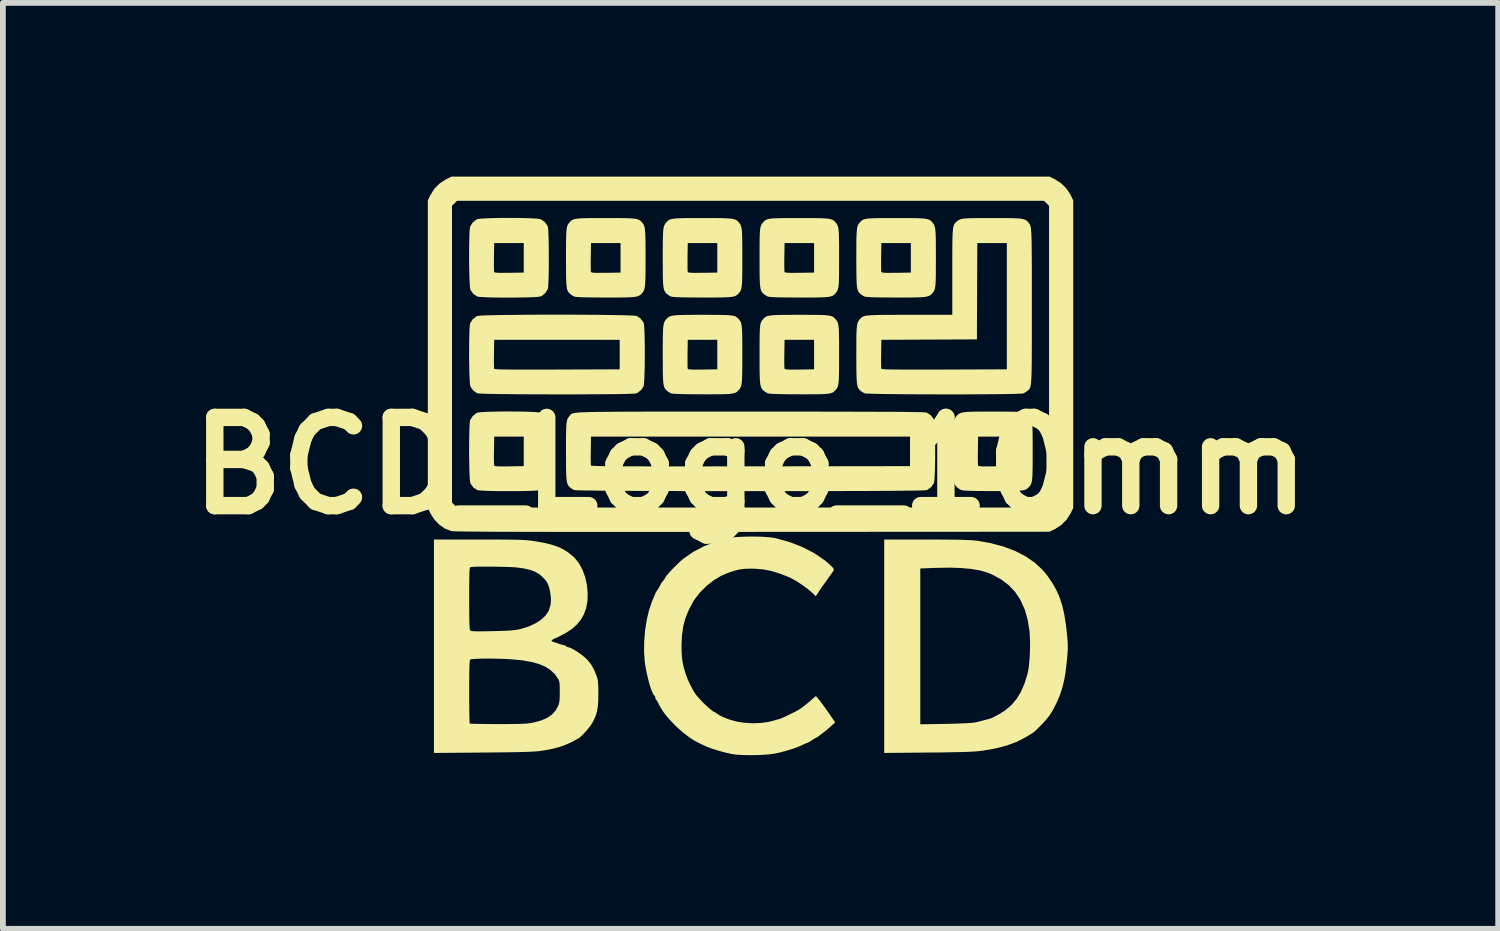
<source format=kicad_pcb>
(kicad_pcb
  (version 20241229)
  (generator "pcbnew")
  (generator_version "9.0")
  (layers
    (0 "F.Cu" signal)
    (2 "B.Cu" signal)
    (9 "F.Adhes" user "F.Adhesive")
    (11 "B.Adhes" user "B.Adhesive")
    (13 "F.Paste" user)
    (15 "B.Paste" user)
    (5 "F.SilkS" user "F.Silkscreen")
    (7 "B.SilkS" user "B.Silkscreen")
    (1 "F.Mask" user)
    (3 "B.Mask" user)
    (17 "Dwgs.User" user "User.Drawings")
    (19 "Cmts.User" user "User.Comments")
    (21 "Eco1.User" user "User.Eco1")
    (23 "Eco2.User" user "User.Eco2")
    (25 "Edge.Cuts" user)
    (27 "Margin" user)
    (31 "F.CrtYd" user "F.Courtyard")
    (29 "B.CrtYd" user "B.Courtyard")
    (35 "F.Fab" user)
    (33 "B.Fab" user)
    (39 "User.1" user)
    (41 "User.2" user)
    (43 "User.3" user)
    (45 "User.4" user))
  (footprint "BCD_Logo_10mm"
    (layer "F.Cu")
    (at 9.913 4.994)
    (property "Reference" "BCD_Logo_10mm" (at 0 0 0) (layer "F.SilkS") (effects (font (size 1.524 1.524) (thickness 0.3))))
    (attr board_only exclude_from_pos_files exclude_from_bom)
    (fp_poly (pts (xy 5.256 -4.948) (xy 5.363 -4.88) (xy 5.454 -4.791) (xy 5.524 -4.685) (xy 5.529 -4.675) (xy 5.574 -4.583) (xy 5.574 0.73) (xy 5.529 0.822) (xy 5.461 0.929) (xy 5.371 1.02) (xy 5.265 1.09) (xy 5.256 1.095) (xy 5.164 1.14) (xy 0.029 1.143) (xy -0.444 1.143) (xy -0.889 1.143) (xy -1.307 1.144) (xy -1.699 1.144) (xy -2.065 1.144) (xy -2.407 1.144) (xy -2.724 1.143) (xy -3.019 1.143) (xy -3.291 1.143) (xy -3.541 1.143) (xy -3.77 1.142) (xy -3.979 1.142) (xy -4.168 1.141) (xy -4.338 1.141) (xy -4.49 1.14) (xy -4.625 1.139) (xy -4.743 1.138) (xy -4.845 1.137) (xy -4.932 1.136) (xy -5.004 1.135) (xy -5.062 1.134) (xy -5.108 1.133) (xy -5.14 1.131) (xy -5.162 1.13) (xy -5.172 1.128) (xy -5.278 1.085) (xy -5.376 1.018) (xy -5.46 0.931) (xy -5.527 0.827) (xy -5.529 0.822) (xy -5.574 0.73) (xy -5.574 0.635) (xy -5.156 0.635) (xy -5.113 0.679) (xy -5.069 0.722) (xy 5.069 0.722) (xy 5.156 0.635) (xy 5.156 -4.489) (xy 5.113 -4.532) (xy 5.069 -4.576) (xy -5.069 -4.576) (xy -5.156 -4.489) (xy -5.156 0.635) (xy -5.574 0.635) (xy -5.574 -4.583) (xy -5.529 -4.675) (xy -5.461 -4.783) (xy -5.371 -4.874) (xy -5.265 -4.944) (xy -5.256 -4.948) (xy -5.164 -4.994) (xy 5.164 -4.994)) (stroke (width 0) (type solid)) (fill yes) (layer "F.SilkS"))
    (fp_poly (pts (xy -4.043 -4.28) (xy -3.937 -4.278) (xy -3.84 -4.275) (xy -3.755 -4.272) (xy -3.688 -4.268) (xy -3.642 -4.262) (xy -3.625 -4.258) (xy -3.56 -4.216) (xy -3.512 -4.153) (xy -3.502 -4.132) (xy -3.497 -4.107) (xy -3.493 -4.057) (xy -3.49 -3.987) (xy -3.487 -3.901) (xy -3.485 -3.803) (xy -3.484 -3.697) (xy -3.484 -3.587) (xy -3.484 -3.477) (xy -3.485 -3.371) (xy -3.487 -3.274) (xy -3.49 -3.189) (xy -3.493 -3.12) (xy -3.497 -3.072) (xy -3.502 -3.05) (xy -3.545 -2.982) (xy -3.605 -2.933) (xy -3.625 -2.924) (xy -3.652 -2.919) (xy -3.703 -2.914) (xy -3.774 -2.911) (xy -3.862 -2.908) (xy -3.961 -2.906) (xy -4.068 -2.904) (xy -4.179 -2.904) (xy -4.29 -2.904) (xy -4.396 -2.905) (xy -4.494 -2.907) (xy -4.579 -2.91) (xy -4.648 -2.914) (xy -4.697 -2.918) (xy -4.72 -2.923) (xy -4.787 -2.967) (xy -4.833 -3.03) (xy -4.839 -3.044) (xy -4.844 -3.071) (xy -4.849 -3.123) (xy -4.853 -3.194) (xy -4.856 -3.282) (xy -4.858 -3.381) (xy -4.86 -3.488) (xy -4.86 -3.525) (xy -4.432 -3.525) (xy -4.432 -3.454) (xy -4.431 -3.397) (xy -4.429 -3.359) (xy -4.428 -3.347) (xy -4.419 -3.34) (xy -4.397 -3.335) (xy -4.358 -3.332) (xy -4.299 -3.331) (xy -4.217 -3.332) (xy -4.169 -3.332) (xy -3.917 -3.336) (xy -3.917 -3.846) (xy -4.427 -3.846) (xy -4.431 -3.606) (xy -4.432 -3.525) (xy -4.86 -3.525) (xy -4.861 -3.599) (xy -4.86 -3.71) (xy -4.859 -3.816) (xy -4.857 -3.913) (xy -4.855 -3.998) (xy -4.851 -4.065) (xy -4.846 -4.112) (xy -4.842 -4.132) (xy -4.799 -4.2) (xy -4.739 -4.249) (xy -4.719 -4.258) (xy -4.69 -4.264) (xy -4.637 -4.269) (xy -4.564 -4.273) (xy -4.476 -4.276) (xy -4.375 -4.279) (xy -4.266 -4.28) (xy -4.155 -4.28)) (stroke (width 0) (type solid)) (fill yes) (layer "F.SilkS"))
    (fp_poly (pts (xy -4.043 -0.936) (xy -3.937 -0.935) (xy -3.84 -0.932) (xy -3.755 -0.929) (xy -3.688 -0.924) (xy -3.642 -0.919) (xy -3.625 -0.915) (xy -3.56 -0.873) (xy -3.512 -0.81) (xy -3.502 -0.789) (xy -3.497 -0.764) (xy -3.493 -0.714) (xy -3.49 -0.644) (xy -3.487 -0.558) (xy -3.485 -0.46) (xy -3.484 -0.353) (xy -3.484 -0.243) (xy -3.484 -0.134) (xy -3.485 -0.028) (xy -3.487 0.069) (xy -3.49 0.154) (xy -3.493 0.223) (xy -3.497 0.271) (xy -3.502 0.293) (xy -3.545 0.361) (xy -3.605 0.41) (xy -3.625 0.419) (xy -3.652 0.424) (xy -3.703 0.429) (xy -3.774 0.433) (xy -3.862 0.436) (xy -3.961 0.438) (xy -4.068 0.439) (xy -4.179 0.439) (xy -4.29 0.439) (xy -4.396 0.438) (xy -4.494 0.436) (xy -4.579 0.433) (xy -4.648 0.429) (xy -4.697 0.425) (xy -4.72 0.42) (xy -4.787 0.376) (xy -4.833 0.313) (xy -4.839 0.3) (xy -4.844 0.272) (xy -4.849 0.221) (xy -4.853 0.149) (xy -4.856 0.062) (xy -4.858 -0.038) (xy -4.86 -0.145) (xy -4.86 -0.182) (xy -4.432 -0.182) (xy -4.432 -0.111) (xy -4.431 -0.054) (xy -4.429 -0.016) (xy -4.428 -0.004) (xy -4.419 0.003) (xy -4.397 0.008) (xy -4.358 0.011) (xy -4.299 0.012) (xy -4.217 0.012) (xy -4.169 0.011) (xy -3.917 0.007) (xy -3.917 -0.503) (xy -4.427 -0.503) (xy -4.431 -0.263) (xy -4.432 -0.182) (xy -4.86 -0.182) (xy -4.861 -0.256) (xy -4.86 -0.366) (xy -4.859 -0.472) (xy -4.857 -0.57) (xy -4.855 -0.654) (xy -4.851 -0.722) (xy -4.846 -0.769) (xy -4.842 -0.789) (xy -4.799 -0.857) (xy -4.739 -0.906) (xy -4.719 -0.915) (xy -4.69 -0.921) (xy -4.637 -0.926) (xy -4.564 -0.93) (xy -4.476 -0.933) (xy -4.375 -0.935) (xy -4.266 -0.937) (xy -4.155 -0.937)) (stroke (width 0) (type solid)) (fill yes) (layer "F.SilkS"))
    (fp_poly (pts (xy -2.359 -4.278) (xy -2.243 -4.277) (xy -2.15 -4.276) (xy -2.077 -4.273) (xy -2.02 -4.269) (xy -1.976 -4.263) (xy -1.944 -4.254) (xy -1.92 -4.243) (xy -1.9 -4.23) (xy -1.883 -4.212) (xy -1.876 -4.205) (xy -1.86 -4.186) (xy -1.847 -4.166) (xy -1.837 -4.143) (xy -1.829 -4.114) (xy -1.823 -4.075) (xy -1.819 -4.024) (xy -1.816 -3.957) (xy -1.814 -3.872) (xy -1.813 -3.766) (xy -1.813 -3.635) (xy -1.813 -3.591) (xy -1.813 -3.452) (xy -1.814 -3.339) (xy -1.815 -3.248) (xy -1.818 -3.176) (xy -1.821 -3.121) (xy -1.827 -3.079) (xy -1.834 -3.047) (xy -1.844 -3.022) (xy -1.856 -3.002) (xy -1.871 -2.983) (xy -1.876 -2.977) (xy -1.893 -2.959) (xy -1.912 -2.944) (xy -1.934 -2.932) (xy -1.962 -2.923) (xy -2.001 -2.916) (xy -2.052 -2.911) (xy -2.118 -2.908) (xy -2.203 -2.906) (xy -2.308 -2.905) (xy -2.438 -2.905) (xy -2.506 -2.905) (xy -2.658 -2.906) (xy -2.783 -2.907) (xy -2.882 -2.909) (xy -2.958 -2.912) (xy -3.01 -2.916) (xy -3.041 -2.921) (xy -3.048 -2.923) (xy -3.088 -2.946) (xy -3.116 -2.968) (xy -3.134 -2.985) (xy -3.149 -3.004) (xy -3.161 -3.026) (xy -3.17 -3.056) (xy -3.176 -3.095) (xy -3.181 -3.147) (xy -3.184 -3.215) (xy -3.186 -3.302) (xy -3.187 -3.41) (xy -3.187 -3.525) (xy -2.76 -3.525) (xy -2.76 -3.454) (xy -2.759 -3.397) (xy -2.758 -3.359) (xy -2.756 -3.347) (xy -2.747 -3.34) (xy -2.725 -3.335) (xy -2.686 -3.332) (xy -2.627 -3.331) (xy -2.545 -3.332) (xy -2.497 -3.332) (xy -2.245 -3.336) (xy -2.245 -3.846) (xy -2.755 -3.846) (xy -2.759 -3.606) (xy -2.76 -3.525) (xy -3.187 -3.525) (xy -3.187 -3.542) (xy -3.187 -3.592) (xy -3.187 -3.731) (xy -3.187 -3.844) (xy -3.185 -3.935) (xy -3.183 -4.006) (xy -3.179 -4.062) (xy -3.174 -4.104) (xy -3.167 -4.136) (xy -3.157 -4.16) (xy -3.145 -4.18) (xy -3.129 -4.199) (xy -3.124 -4.205) (xy -3.107 -4.223) (xy -3.089 -4.239) (xy -3.067 -4.251) (xy -3.038 -4.26) (xy -2.999 -4.267) (xy -2.947 -4.272) (xy -2.88 -4.275) (xy -2.795 -4.277) (xy -2.688 -4.278) (xy -2.557 -4.278) (xy -2.5 -4.278)) (stroke (width 0) (type solid)) (fill yes) (layer "F.SilkS"))
    (fp_poly (pts (xy -0.688 -4.278) (xy -0.572 -4.277) (xy -0.479 -4.276) (xy -0.405 -4.273) (xy -0.348 -4.269) (xy -0.305 -4.263) (xy -0.272 -4.254) (xy -0.248 -4.243) (xy -0.229 -4.23) (xy -0.211 -4.212) (xy -0.205 -4.205) (xy -0.189 -4.186) (xy -0.175 -4.166) (xy -0.165 -4.143) (xy -0.157 -4.114) (xy -0.151 -4.075) (xy -0.147 -4.024) (xy -0.144 -3.957) (xy -0.143 -3.872) (xy -0.142 -3.766) (xy -0.142 -3.635) (xy -0.142 -3.591) (xy -0.142 -3.452) (xy -0.142 -3.339) (xy -0.144 -3.248) (xy -0.146 -3.176) (xy -0.15 -3.121) (xy -0.155 -3.079) (xy -0.162 -3.047) (xy -0.172 -3.022) (xy -0.184 -3.002) (xy -0.199 -2.983) (xy -0.205 -2.977) (xy -0.222 -2.959) (xy -0.24 -2.944) (xy -0.262 -2.932) (xy -0.291 -2.923) (xy -0.329 -2.916) (xy -0.38 -2.911) (xy -0.446 -2.908) (xy -0.531 -2.906) (xy -0.637 -2.905) (xy -0.767 -2.905) (xy -0.834 -2.905) (xy -0.986 -2.906) (xy -1.111 -2.907) (xy -1.211 -2.909) (xy -1.286 -2.912) (xy -1.338 -2.916) (xy -1.369 -2.921) (xy -1.376 -2.923) (xy -1.417 -2.946) (xy -1.445 -2.968) (xy -1.463 -2.985) (xy -1.477 -3.004) (xy -1.489 -3.026) (xy -1.498 -3.056) (xy -1.505 -3.095) (xy -1.51 -3.147) (xy -1.513 -3.215) (xy -1.515 -3.302) (xy -1.515 -3.41) (xy -1.516 -3.525) (xy -1.088 -3.525) (xy -1.088 -3.454) (xy -1.088 -3.397) (xy -1.086 -3.359) (xy -1.084 -3.347) (xy -1.076 -3.34) (xy -1.054 -3.335) (xy -1.015 -3.332) (xy -0.956 -3.331) (xy -0.873 -3.332) (xy -0.826 -3.332) (xy -0.574 -3.336) (xy -0.574 -3.846) (xy -1.084 -3.846) (xy -1.088 -3.606) (xy -1.088 -3.525) (xy -1.516 -3.525) (xy -1.516 -3.542) (xy -1.516 -3.592) (xy -1.516 -3.731) (xy -1.515 -3.844) (xy -1.514 -3.935) (xy -1.511 -4.006) (xy -1.508 -4.062) (xy -1.502 -4.104) (xy -1.495 -4.136) (xy -1.485 -4.16) (xy -1.473 -4.18) (xy -1.458 -4.199) (xy -1.453 -4.205) (xy -1.436 -4.223) (xy -1.417 -4.239) (xy -1.395 -4.251) (xy -1.366 -4.26) (xy -1.327 -4.267) (xy -1.276 -4.272) (xy -1.209 -4.275) (xy -1.123 -4.277) (xy -1.016 -4.278) (xy -0.885 -4.278) (xy -0.829 -4.278)) (stroke (width 0) (type solid)) (fill yes) (layer "F.SilkS"))
    (fp_poly (pts (xy -0.688 -2.606) (xy -0.572 -2.606) (xy -0.479 -2.604) (xy -0.405 -2.602) (xy -0.348 -2.597) (xy -0.305 -2.591) (xy -0.272 -2.583) (xy -0.248 -2.572) (xy -0.229 -2.558) (xy -0.211 -2.541) (xy -0.205 -2.533) (xy -0.189 -2.514) (xy -0.175 -2.495) (xy -0.165 -2.472) (xy -0.157 -2.442) (xy -0.151 -2.403) (xy -0.147 -2.352) (xy -0.144 -2.286) (xy -0.143 -2.201) (xy -0.142 -2.094) (xy -0.142 -1.963) (xy -0.142 -1.92) (xy -0.142 -1.781) (xy -0.142 -1.667) (xy -0.144 -1.576) (xy -0.146 -1.505) (xy -0.15 -1.449) (xy -0.155 -1.407) (xy -0.162 -1.375) (xy -0.172 -1.351) (xy -0.184 -1.33) (xy -0.199 -1.311) (xy -0.205 -1.306) (xy -0.222 -1.287) (xy -0.24 -1.272) (xy -0.262 -1.26) (xy -0.291 -1.251) (xy -0.329 -1.244) (xy -0.38 -1.239) (xy -0.446 -1.236) (xy -0.531 -1.234) (xy -0.637 -1.234) (xy -0.767 -1.233) (xy -0.834 -1.234) (xy -0.986 -1.234) (xy -1.111 -1.236) (xy -1.211 -1.238) (xy -1.286 -1.241) (xy -1.338 -1.245) (xy -1.369 -1.249) (xy -1.376 -1.252) (xy -1.417 -1.275) (xy -1.445 -1.296) (xy -1.463 -1.313) (xy -1.477 -1.332) (xy -1.489 -1.355) (xy -1.498 -1.384) (xy -1.505 -1.423) (xy -1.51 -1.476) (xy -1.513 -1.544) (xy -1.515 -1.63) (xy -1.515 -1.738) (xy -1.516 -1.854) (xy -1.088 -1.854) (xy -1.088 -1.782) (xy -1.088 -1.725) (xy -1.086 -1.688) (xy -1.084 -1.675) (xy -1.076 -1.668) (xy -1.054 -1.664) (xy -1.015 -1.661) (xy -0.956 -1.66) (xy -0.873 -1.66) (xy -0.826 -1.661) (xy -0.574 -1.665) (xy -0.574 -2.175) (xy -1.084 -2.175) (xy -1.088 -1.934) (xy -1.088 -1.854) (xy -1.516 -1.854) (xy -1.516 -1.871) (xy -1.516 -1.921) (xy -1.516 -2.059) (xy -1.515 -2.172) (xy -1.514 -2.263) (xy -1.511 -2.335) (xy -1.508 -2.39) (xy -1.502 -2.432) (xy -1.495 -2.464) (xy -1.485 -2.488) (xy -1.473 -2.509) (xy -1.458 -2.528) (xy -1.453 -2.533) (xy -1.436 -2.552) (xy -1.417 -2.567) (xy -1.395 -2.579) (xy -1.366 -2.588) (xy -1.327 -2.595) (xy -1.276 -2.6) (xy -1.209 -2.603) (xy -1.123 -2.605) (xy -1.016 -2.606) (xy -0.885 -2.607) (xy -0.829 -2.607)) (stroke (width 0) (type solid)) (fill yes) (layer "F.SilkS"))
    (fp_poly (pts (xy 0.984 -4.278) (xy 1.1 -4.277) (xy 1.193 -4.276) (xy 1.267 -4.273) (xy 1.324 -4.269) (xy 1.367 -4.263) (xy 1.399 -4.254) (xy 1.424 -4.243) (xy 1.443 -4.23) (xy 1.46 -4.212) (xy 1.467 -4.205) (xy 1.483 -4.186) (xy 1.496 -4.166) (xy 1.507 -4.143) (xy 1.515 -4.114) (xy 1.521 -4.075) (xy 1.525 -4.024) (xy 1.527 -3.957) (xy 1.529 -3.872) (xy 1.53 -3.766) (xy 1.53 -3.635) (xy 1.53 -3.591) (xy 1.53 -3.452) (xy 1.529 -3.339) (xy 1.528 -3.248) (xy 1.526 -3.176) (xy 1.522 -3.121) (xy 1.517 -3.079) (xy 1.509 -3.047) (xy 1.5 -3.022) (xy 1.487 -3.002) (xy 1.472 -2.983) (xy 1.467 -2.977) (xy 1.45 -2.959) (xy 1.432 -2.944) (xy 1.41 -2.932) (xy 1.381 -2.923) (xy 1.343 -2.916) (xy 1.292 -2.911) (xy 1.225 -2.908) (xy 1.141 -2.906) (xy 1.035 -2.905) (xy 0.905 -2.905) (xy 0.838 -2.905) (xy 0.686 -2.906) (xy 0.56 -2.907) (xy 0.461 -2.909) (xy 0.386 -2.912) (xy 0.333 -2.916) (xy 0.302 -2.921) (xy 0.295 -2.923) (xy 0.255 -2.946) (xy 0.227 -2.968) (xy 0.209 -2.985) (xy 0.194 -3.004) (xy 0.183 -3.026) (xy 0.174 -3.056) (xy 0.167 -3.095) (xy 0.162 -3.147) (xy 0.159 -3.215) (xy 0.157 -3.302) (xy 0.156 -3.41) (xy 0.156 -3.525) (xy 0.583 -3.525) (xy 0.583 -3.454) (xy 0.584 -3.397) (xy 0.586 -3.359) (xy 0.587 -3.347) (xy 0.596 -3.34) (xy 0.618 -3.335) (xy 0.657 -3.332) (xy 0.716 -3.331) (xy 0.798 -3.332) (xy 0.846 -3.332) (xy 1.098 -3.336) (xy 1.098 -3.846) (xy 0.588 -3.846) (xy 0.584 -3.606) (xy 0.583 -3.525) (xy 0.156 -3.525) (xy 0.156 -3.542) (xy 0.156 -3.592) (xy 0.156 -3.731) (xy 0.157 -3.844) (xy 0.158 -3.935) (xy 0.16 -4.006) (xy 0.164 -4.062) (xy 0.169 -4.104) (xy 0.177 -4.136) (xy 0.186 -4.16) (xy 0.199 -4.18) (xy 0.214 -4.199) (xy 0.219 -4.205) (xy 0.236 -4.223) (xy 0.254 -4.239) (xy 0.277 -4.251) (xy 0.306 -4.26) (xy 0.344 -4.267) (xy 0.396 -4.272) (xy 0.463 -4.275) (xy 0.548 -4.277) (xy 0.655 -4.278) (xy 0.787 -4.278) (xy 0.843 -4.278)) (stroke (width 0) (type solid)) (fill yes) (layer "F.SilkS"))
    (fp_poly (pts (xy 0.984 -2.606) (xy 1.1 -2.606) (xy 1.193 -2.604) (xy 1.267 -2.602) (xy 1.324 -2.597) (xy 1.367 -2.591) (xy 1.399 -2.583) (xy 1.424 -2.572) (xy 1.443 -2.558) (xy 1.46 -2.541) (xy 1.467 -2.533) (xy 1.483 -2.514) (xy 1.496 -2.495) (xy 1.507 -2.472) (xy 1.515 -2.442) (xy 1.521 -2.403) (xy 1.525 -2.352) (xy 1.527 -2.286) (xy 1.529 -2.201) (xy 1.53 -2.094) (xy 1.53 -1.963) (xy 1.53 -1.92) (xy 1.53 -1.781) (xy 1.529 -1.667) (xy 1.528 -1.576) (xy 1.526 -1.505) (xy 1.522 -1.449) (xy 1.517 -1.407) (xy 1.509 -1.375) (xy 1.5 -1.351) (xy 1.487 -1.33) (xy 1.472 -1.311) (xy 1.467 -1.306) (xy 1.45 -1.287) (xy 1.432 -1.272) (xy 1.41 -1.26) (xy 1.381 -1.251) (xy 1.343 -1.244) (xy 1.292 -1.239) (xy 1.225 -1.236) (xy 1.141 -1.234) (xy 1.035 -1.234) (xy 0.905 -1.233) (xy 0.838 -1.234) (xy 0.686 -1.234) (xy 0.56 -1.236) (xy 0.461 -1.238) (xy 0.386 -1.241) (xy 0.333 -1.245) (xy 0.302 -1.249) (xy 0.295 -1.252) (xy 0.255 -1.275) (xy 0.227 -1.296) (xy 0.209 -1.313) (xy 0.194 -1.332) (xy 0.183 -1.355) (xy 0.174 -1.384) (xy 0.167 -1.423) (xy 0.162 -1.476) (xy 0.159 -1.544) (xy 0.157 -1.63) (xy 0.156 -1.738) (xy 0.156 -1.854) (xy 0.583 -1.854) (xy 0.583 -1.782) (xy 0.584 -1.725) (xy 0.586 -1.688) (xy 0.587 -1.675) (xy 0.596 -1.668) (xy 0.618 -1.664) (xy 0.657 -1.661) (xy 0.716 -1.66) (xy 0.798 -1.66) (xy 0.846 -1.661) (xy 1.098 -1.665) (xy 1.098 -2.175) (xy 0.588 -2.175) (xy 0.584 -1.934) (xy 0.583 -1.854) (xy 0.156 -1.854) (xy 0.156 -1.871) (xy 0.156 -1.921) (xy 0.156 -2.059) (xy 0.157 -2.172) (xy 0.158 -2.263) (xy 0.16 -2.335) (xy 0.164 -2.39) (xy 0.169 -2.432) (xy 0.177 -2.464) (xy 0.186 -2.488) (xy 0.199 -2.509) (xy 0.214 -2.528) (xy 0.219 -2.533) (xy 0.236 -2.552) (xy 0.254 -2.567) (xy 0.277 -2.579) (xy 0.306 -2.588) (xy 0.344 -2.595) (xy 0.396 -2.6) (xy 0.463 -2.603) (xy 0.548 -2.605) (xy 0.655 -2.606) (xy 0.787 -2.607) (xy 0.843 -2.607)) (stroke (width 0) (type solid)) (fill yes) (layer "F.SilkS"))
    (fp_poly (pts (xy 2.656 -4.278) (xy 2.771 -4.277) (xy 2.865 -4.276) (xy 2.938 -4.273) (xy 2.995 -4.269) (xy 3.038 -4.263) (xy 3.071 -4.254) (xy 3.095 -4.243) (xy 3.115 -4.23) (xy 3.132 -4.212) (xy 3.139 -4.205) (xy 3.155 -4.186) (xy 3.168 -4.166) (xy 3.178 -4.143) (xy 3.186 -4.114) (xy 3.192 -4.075) (xy 3.196 -4.024) (xy 3.199 -3.957) (xy 3.201 -3.872) (xy 3.201 -3.766) (xy 3.202 -3.635) (xy 3.202 -3.591) (xy 3.201 -3.452) (xy 3.201 -3.339) (xy 3.2 -3.248) (xy 3.197 -3.176) (xy 3.194 -3.121) (xy 3.188 -3.079) (xy 3.181 -3.047) (xy 3.171 -3.022) (xy 3.159 -3.002) (xy 3.144 -2.983) (xy 3.139 -2.977) (xy 3.121 -2.959) (xy 3.103 -2.944) (xy 3.081 -2.932) (xy 3.052 -2.923) (xy 3.014 -2.916) (xy 2.963 -2.911) (xy 2.897 -2.908) (xy 2.812 -2.906) (xy 2.706 -2.905) (xy 2.576 -2.905) (xy 2.509 -2.905) (xy 2.357 -2.906) (xy 2.232 -2.907) (xy 2.133 -2.909) (xy 2.057 -2.912) (xy 2.005 -2.916) (xy 1.974 -2.921) (xy 1.967 -2.923) (xy 1.926 -2.946) (xy 1.898 -2.968) (xy 1.881 -2.985) (xy 1.866 -3.004) (xy 1.854 -3.026) (xy 1.845 -3.056) (xy 1.838 -3.095) (xy 1.834 -3.147) (xy 1.831 -3.215) (xy 1.829 -3.302) (xy 1.828 -3.41) (xy 1.827 -3.525) (xy 2.255 -3.525) (xy 2.255 -3.454) (xy 2.256 -3.397) (xy 2.257 -3.359) (xy 2.259 -3.347) (xy 2.268 -3.34) (xy 2.29 -3.335) (xy 2.328 -3.332) (xy 2.387 -3.331) (xy 2.47 -3.332) (xy 2.518 -3.332) (xy 2.769 -3.336) (xy 2.769 -3.846) (xy 2.26 -3.846) (xy 2.256 -3.606) (xy 2.255 -3.525) (xy 1.827 -3.525) (xy 1.827 -3.542) (xy 1.827 -3.592) (xy 1.828 -3.731) (xy 1.828 -3.844) (xy 1.829 -3.935) (xy 1.832 -4.006) (xy 1.836 -4.062) (xy 1.841 -4.104) (xy 1.848 -4.136) (xy 1.858 -4.16) (xy 1.87 -4.18) (xy 1.885 -4.199) (xy 1.89 -4.205) (xy 1.908 -4.223) (xy 1.926 -4.239) (xy 1.948 -4.251) (xy 1.977 -4.26) (xy 2.016 -4.267) (xy 2.068 -4.272) (xy 2.135 -4.275) (xy 2.22 -4.277) (xy 2.327 -4.278) (xy 2.458 -4.278) (xy 2.515 -4.278)) (stroke (width 0) (type solid)) (fill yes) (layer "F.SilkS"))
    (fp_poly (pts (xy 4.327 -0.935) (xy 4.443 -0.934) (xy 4.536 -0.933) (xy 4.61 -0.93) (xy 4.667 -0.926) (xy 4.71 -0.919) (xy 4.742 -0.911) (xy 4.767 -0.9) (xy 4.786 -0.886) (xy 4.804 -0.869) (xy 4.81 -0.862) (xy 4.826 -0.843) (xy 4.839 -0.823) (xy 4.85 -0.8) (xy 4.858 -0.771) (xy 4.864 -0.732) (xy 4.868 -0.681) (xy 4.871 -0.614) (xy 4.872 -0.529) (xy 4.873 -0.423) (xy 4.873 -0.292) (xy 4.873 -0.248) (xy 4.873 -0.109) (xy 4.873 0.004) (xy 4.871 0.095) (xy 4.869 0.167) (xy 4.865 0.222) (xy 4.86 0.264) (xy 4.852 0.296) (xy 4.843 0.321) (xy 4.831 0.341) (xy 4.815 0.36) (xy 4.81 0.366) (xy 4.793 0.384) (xy 4.775 0.399) (xy 4.753 0.411) (xy 4.724 0.421) (xy 4.686 0.428) (xy 4.635 0.432) (xy 4.569 0.436) (xy 4.484 0.437) (xy 4.378 0.438) (xy 4.248 0.438) (xy 4.181 0.438) (xy 4.029 0.437) (xy 3.904 0.436) (xy 3.804 0.434) (xy 3.729 0.431) (xy 3.676 0.427) (xy 3.645 0.422) (xy 3.638 0.42) (xy 3.598 0.397) (xy 3.57 0.376) (xy 3.552 0.358) (xy 3.538 0.34) (xy 3.526 0.317) (xy 3.517 0.288) (xy 3.51 0.248) (xy 3.505 0.196) (xy 3.502 0.128) (xy 3.5 0.041) (xy 3.499 -0.067) (xy 3.499 -0.182) (xy 3.926 -0.182) (xy 3.926 -0.111) (xy 3.927 -0.054) (xy 3.929 -0.016) (xy 3.93 -0.004) (xy 3.939 0.003) (xy 3.961 0.008) (xy 4 0.011) (xy 4.059 0.012) (xy 4.141 0.012) (xy 4.189 0.011) (xy 4.441 0.007) (xy 4.441 -0.503) (xy 3.931 -0.503) (xy 3.927 -0.263) (xy 3.926 -0.182) (xy 3.499 -0.182) (xy 3.499 -0.199) (xy 3.499 -0.249) (xy 3.499 -0.388) (xy 3.5 -0.501) (xy 3.501 -0.592) (xy 3.503 -0.663) (xy 3.507 -0.719) (xy 3.513 -0.761) (xy 3.52 -0.792) (xy 3.53 -0.817) (xy 3.542 -0.837) (xy 3.557 -0.856) (xy 3.562 -0.862) (xy 3.579 -0.88) (xy 3.598 -0.895) (xy 3.62 -0.907) (xy 3.649 -0.917) (xy 3.688 -0.924) (xy 3.739 -0.929) (xy 3.806 -0.932) (xy 3.892 -0.934) (xy 3.999 -0.935) (xy 4.13 -0.935) (xy 4.186 -0.935)) (stroke (width 0) (type solid)) (fill yes) (layer "F.SilkS"))
    (fp_poly (pts (xy -3.1 -2.609) (xy -2.931 -2.608) (xy -2.768 -2.607) (xy -2.614 -2.606) (xy -2.47 -2.604) (xy -2.339 -2.602) (xy -2.224 -2.6) (xy -2.127 -2.597) (xy -2.051 -2.594) (xy -1.997 -2.591) (xy -1.969 -2.587) (xy -1.967 -2.587) (xy -1.903 -2.545) (xy -1.854 -2.482) (xy -1.844 -2.461) (xy -1.839 -2.434) (xy -1.835 -2.383) (xy -1.831 -2.311) (xy -1.829 -2.224) (xy -1.827 -2.125) (xy -1.826 -2.018) (xy -1.826 -1.907) (xy -1.827 -1.796) (xy -1.828 -1.69) (xy -1.831 -1.593) (xy -1.834 -1.508) (xy -1.838 -1.44) (xy -1.843 -1.393) (xy -1.847 -1.372) (xy -1.889 -1.308) (xy -1.952 -1.259) (xy -1.973 -1.249) (xy -1.994 -1.246) (xy -2.041 -1.244) (xy -2.112 -1.241) (xy -2.203 -1.239) (xy -2.313 -1.237) (xy -2.439 -1.236) (xy -2.579 -1.235) (xy -2.731 -1.234) (xy -2.891 -1.233) (xy -3.058 -1.232) (xy -3.228 -1.232) (xy -3.401 -1.232) (xy -3.573 -1.233) (xy -3.741 -1.233) (xy -3.904 -1.234) (xy -4.059 -1.235) (xy -4.204 -1.237) (xy -4.335 -1.238) (xy -4.451 -1.24) (xy -4.55 -1.242) (xy -4.628 -1.245) (xy -4.684 -1.247) (xy -4.715 -1.25) (xy -4.72 -1.252) (xy -4.787 -1.296) (xy -4.833 -1.359) (xy -4.839 -1.372) (xy -4.844 -1.399) (xy -4.849 -1.451) (xy -4.853 -1.522) (xy -4.856 -1.61) (xy -4.858 -1.709) (xy -4.859 -1.782) (xy -4.432 -1.782) (xy -4.431 -1.725) (xy -4.429 -1.688) (xy -4.428 -1.676) (xy -4.422 -1.672) (xy -4.405 -1.669) (xy -4.377 -1.667) (xy -4.335 -1.664) (xy -4.278 -1.663) (xy -4.203 -1.662) (xy -4.111 -1.661) (xy -3.998 -1.66) (xy -3.863 -1.66) (xy -3.704 -1.66) (xy -3.52 -1.66) (xy -3.34 -1.661) (xy -2.26 -1.665) (xy -2.26 -2.175) (xy -4.427 -2.175) (xy -4.431 -1.934) (xy -4.432 -1.854) (xy -4.432 -1.782) (xy -4.859 -1.782) (xy -4.86 -1.817) (xy -4.861 -1.928) (xy -4.86 -2.038) (xy -4.859 -2.144) (xy -4.857 -2.241) (xy -4.855 -2.326) (xy -4.851 -2.394) (xy -4.846 -2.441) (xy -4.842 -2.461) (xy -4.799 -2.529) (xy -4.739 -2.577) (xy -4.719 -2.587) (xy -4.696 -2.59) (xy -4.647 -2.594) (xy -4.575 -2.597) (xy -4.482 -2.599) (xy -4.37 -2.602) (xy -4.242 -2.604) (xy -4.1 -2.605) (xy -3.947 -2.607) (xy -3.786 -2.608) (xy -3.618 -2.609) (xy -3.446 -2.609) (xy -3.273 -2.609)) (stroke (width 0) (type solid)) (fill yes) (layer "F.SilkS"))
    (fp_poly (pts (xy 3.213 1.275) (xy 3.365 1.276) (xy 3.493 1.277) (xy 3.602 1.278) (xy 3.692 1.281) (xy 3.766 1.284) (xy 3.828 1.287) (xy 3.879 1.292) (xy 3.917 1.296) (xy 4.156 1.339) (xy 4.375 1.398) (xy 4.575 1.474) (xy 4.753 1.567) (xy 4.91 1.675) (xy 5.044 1.799) (xy 5.121 1.891) (xy 5.207 2.015) (xy 5.278 2.139) (xy 5.336 2.268) (xy 5.382 2.407) (xy 5.418 2.561) (xy 5.446 2.735) (xy 5.463 2.882) (xy 5.472 2.975) (xy 5.478 3.048) (xy 5.48 3.109) (xy 5.48 3.168) (xy 5.476 3.232) (xy 5.469 3.309) (xy 5.463 3.375) (xy 5.451 3.487) (xy 5.439 3.579) (xy 5.426 3.659) (xy 5.41 3.734) (xy 5.39 3.813) (xy 5.375 3.867) (xy 5.337 3.979) (xy 5.284 4.1) (xy 5.224 4.217) (xy 5.171 4.304) (xy 5.139 4.346) (xy 5.095 4.399) (xy 5.042 4.456) (xy 4.988 4.512) (xy 4.936 4.563) (xy 4.892 4.602) (xy 4.864 4.622) (xy 4.836 4.638) (xy 4.794 4.664) (xy 4.75 4.69) (xy 4.602 4.767) (xy 4.431 4.831) (xy 4.236 4.882) (xy 4.016 4.921) (xy 3.988 4.924) (xy 3.939 4.93) (xy 3.881 4.935) (xy 3.811 4.939) (xy 3.726 4.943) (xy 3.625 4.946) (xy 3.505 4.948) (xy 3.362 4.951) (xy 3.196 4.953) (xy 3.063 4.954) (xy 2.309 4.961) (xy 2.309 4.466) (xy 2.932 4.466) (xy 3.361 4.459) (xy 3.477 4.456) (xy 3.586 4.453) (xy 3.685 4.449) (xy 3.768 4.445) (xy 3.831 4.44) (xy 3.871 4.435) (xy 3.874 4.435) (xy 3.934 4.422) (xy 3.995 4.406) (xy 4.025 4.398) (xy 4.067 4.386) (xy 4.098 4.378) (xy 4.107 4.377) (xy 4.134 4.37) (xy 4.179 4.351) (xy 4.235 4.323) (xy 4.296 4.29) (xy 4.354 4.254) (xy 4.405 4.22) (xy 4.405 4.22) (xy 4.509 4.131) (xy 4.597 4.026) (xy 4.672 3.903) (xy 4.734 3.758) (xy 4.785 3.59) (xy 4.79 3.57) (xy 4.803 3.497) (xy 4.814 3.404) (xy 4.822 3.296) (xy 4.827 3.18) (xy 4.828 3.065) (xy 4.825 2.956) (xy 4.819 2.862) (xy 4.819 2.861) (xy 4.787 2.662) (xy 4.736 2.483) (xy 4.665 2.324) (xy 4.574 2.185) (xy 4.462 2.065) (xy 4.33 1.964) (xy 4.176 1.881) (xy 4.087 1.844) (xy 3.965 1.809) (xy 3.816 1.783) (xy 3.642 1.767) (xy 3.442 1.76) (xy 3.218 1.764) (xy 3.185 1.765) (xy 2.932 1.775) (xy 2.932 4.466) (xy 2.309 4.466) (xy 2.309 1.275) (xy 3.035 1.275)) (stroke (width 0) (type solid)) (fill yes) (layer "F.SilkS"))
    (fp_poly (pts (xy -0.65 -0.935) (xy -0.329 -0.935) (xy 0.001 -0.935) (xy 0.364 -0.935) (xy 0.699 -0.935) (xy 1.008 -0.935) (xy 1.291 -0.934) (xy 1.549 -0.934) (xy 1.783 -0.933) (xy 1.994 -0.933) (xy 2.183 -0.932) (xy 2.351 -0.931) (xy 2.498 -0.931) (xy 2.625 -0.93) (xy 2.734 -0.928) (xy 2.824 -0.927) (xy 2.898 -0.926) (xy 2.956 -0.924) (xy 2.998 -0.922) (xy 3.026 -0.921) (xy 3.04 -0.919) (xy 3.042 -0.918) (xy 3.11 -0.875) (xy 3.158 -0.815) (xy 3.167 -0.795) (xy 3.173 -0.766) (xy 3.178 -0.713) (xy 3.182 -0.64) (xy 3.186 -0.551) (xy 3.188 -0.451) (xy 3.189 -0.342) (xy 3.189 -0.231) (xy 3.189 -0.119) (xy 3.187 -0.013) (xy 3.185 0.084) (xy 3.181 0.169) (xy 3.177 0.236) (xy 3.172 0.282) (xy 3.167 0.299) (xy 3.125 0.364) (xy 3.062 0.412) (xy 3.042 0.422) (xy 3.023 0.424) (xy 2.977 0.426) (xy 2.907 0.428) (xy 2.813 0.43) (xy 2.697 0.431) (xy 2.56 0.432) (xy 2.405 0.434) (xy 2.233 0.435) (xy 2.045 0.436) (xy 1.844 0.437) (xy 1.63 0.437) (xy 1.405 0.438) (xy 1.171 0.439) (xy 0.93 0.439) (xy 0.683 0.439) (xy 0.431 0.439) (xy 0.177 0.439) (xy -0.079 0.439) (xy -0.334 0.439) (xy -0.587 0.439) (xy -0.836 0.439) (xy -1.08 0.438) (xy -1.317 0.437) (xy -1.545 0.437) (xy -1.764 0.436) (xy -1.971 0.435) (xy -2.165 0.434) (xy -2.343 0.432) (xy -2.505 0.431) (xy -2.65 0.43) (xy -2.774 0.428) (xy -2.877 0.427) (xy -2.958 0.425) (xy -3.014 0.423) (xy -3.044 0.421) (xy -3.048 0.42) (xy -3.088 0.397) (xy -3.116 0.376) (xy -3.134 0.358) (xy -3.149 0.34) (xy -3.161 0.317) (xy -3.17 0.288) (xy -3.176 0.248) (xy -3.181 0.196) (xy -3.184 0.128) (xy -3.186 0.041) (xy -3.187 -0.067) (xy -3.187 -0.111) (xy -2.76 -0.111) (xy -2.759 -0.054) (xy -2.758 -0.016) (xy -2.756 -0.004) (xy -2.751 -0.002) (xy -2.736 0.00025) (xy -2.711 0.002) (xy -2.674 0.004) (xy -2.624 0.005) (xy -2.561 0.007) (xy -2.483 0.008) (xy -2.39 0.009) (xy -2.28 0.01) (xy -2.151 0.01) (xy -2.004 0.011) (xy -1.837 0.011) (xy -1.649 0.012) (xy -1.44 0.012) (xy -1.207 0.012) (xy -0.95 0.012) (xy -0.667 0.011) (xy -0.359 0.011) (xy -0.024 0.011) (xy 0.003 0.011) (xy 2.755 0.007) (xy 2.755 -0.503) (xy -2.755 -0.503) (xy -2.759 -0.263) (xy -2.76 -0.182) (xy -2.76 -0.111) (xy -3.187 -0.111) (xy -3.187 -0.199) (xy -3.187 -0.249) (xy -3.187 -0.388) (xy -3.187 -0.501) (xy -3.185 -0.592) (xy -3.183 -0.663) (xy -3.179 -0.719) (xy -3.174 -0.761) (xy -3.167 -0.792) (xy -3.157 -0.817) (xy -3.145 -0.837) (xy -3.129 -0.856) (xy -3.124 -0.862) (xy -3.118 -0.87) (xy -3.112 -0.878) (xy -3.106 -0.885) (xy -3.099 -0.891) (xy -3.089 -0.897) (xy -3.076 -0.902) (xy -3.058 -0.907) (xy -3.035 -0.911) (xy -3.004 -0.915) (xy -2.965 -0.919) (xy -2.918 -0.922) (xy -2.859 -0.924) (xy -2.79 -0.927) (xy -2.708 -0.928) (xy -2.612 -0.93) (xy -2.501 -0.931) (xy -2.374 -0.932) (xy -2.23 -0.933) (xy -2.068 -0.934) (xy -1.887 -0.934) (xy -1.685 -0.935) (xy -1.462 -0.935) (xy -1.216 -0.935) (xy -0.945 -0.935)) (stroke (width 0) (type solid)) (fill yes) (layer "F.SilkS"))
    (fp_poly (pts (xy 4.312 -4.278) (xy 4.428 -4.277) (xy 4.521 -4.276) (xy 4.595 -4.273) (xy 4.652 -4.269) (xy 4.695 -4.263) (xy 4.728 -4.254) (xy 4.752 -4.244) (xy 4.772 -4.23) (xy 4.789 -4.213) (xy 4.796 -4.205) (xy 4.807 -4.193) (xy 4.816 -4.182) (xy 4.824 -4.169) (xy 4.831 -4.152) (xy 4.837 -4.131) (xy 4.842 -4.103) (xy 4.846 -4.066) (xy 4.85 -4.019) (xy 4.852 -3.961) (xy 4.855 -3.888) (xy 4.856 -3.8) (xy 4.857 -3.695) (xy 4.858 -3.571) (xy 4.859 -3.427) (xy 4.859 -3.26) (xy 4.859 -3.069) (xy 4.859 -2.852) (xy 4.859 -2.756) (xy 4.859 -2.527) (xy 4.859 -2.324) (xy 4.859 -2.145) (xy 4.858 -1.99) (xy 4.858 -1.857) (xy 4.857 -1.743) (xy 4.855 -1.647) (xy 4.853 -1.568) (xy 4.85 -1.503) (xy 4.847 -1.451) (xy 4.843 -1.41) (xy 4.837 -1.379) (xy 4.831 -1.355) (xy 4.824 -1.337) (xy 4.816 -1.324) (xy 4.806 -1.313) (xy 4.795 -1.303) (xy 4.786 -1.295) (xy 4.747 -1.268) (xy 4.713 -1.249) (xy 4.692 -1.246) (xy 4.645 -1.244) (xy 4.575 -1.241) (xy 4.483 -1.239) (xy 4.373 -1.237) (xy 4.247 -1.236) (xy 4.107 -1.235) (xy 3.956 -1.234) (xy 3.796 -1.233) (xy 3.629 -1.232) (xy 3.458 -1.232) (xy 3.285 -1.232) (xy 3.114 -1.233) (xy 2.945 -1.233) (xy 2.782 -1.234) (xy 2.627 -1.235) (xy 2.483 -1.237) (xy 2.351 -1.238) (xy 2.235 -1.24) (xy 2.137 -1.242) (xy 2.058 -1.245) (xy 2.002 -1.247) (xy 1.971 -1.25) (xy 1.967 -1.252) (xy 1.926 -1.275) (xy 1.898 -1.296) (xy 1.881 -1.313) (xy 1.866 -1.332) (xy 1.854 -1.355) (xy 1.845 -1.384) (xy 1.838 -1.423) (xy 1.834 -1.476) (xy 1.831 -1.544) (xy 1.829 -1.63) (xy 1.828 -1.738) (xy 1.828 -1.782) (xy 2.255 -1.782) (xy 2.256 -1.725) (xy 2.257 -1.688) (xy 2.259 -1.676) (xy 2.265 -1.672) (xy 2.281 -1.669) (xy 2.309 -1.667) (xy 2.351 -1.664) (xy 2.409 -1.663) (xy 2.483 -1.662) (xy 2.576 -1.661) (xy 2.689 -1.66) (xy 2.824 -1.66) (xy 2.983 -1.66) (xy 3.166 -1.66) (xy 3.346 -1.661) (xy 4.427 -1.665) (xy 4.427 -3.846) (xy 3.917 -3.846) (xy 3.91 -2.182) (xy 2.26 -2.175) (xy 2.256 -1.934) (xy 2.255 -1.854) (xy 2.255 -1.782) (xy 1.828 -1.782) (xy 1.827 -1.871) (xy 1.827 -1.921) (xy 1.828 -2.059) (xy 1.828 -2.172) (xy 1.829 -2.263) (xy 1.832 -2.335) (xy 1.836 -2.39) (xy 1.841 -2.432) (xy 1.848 -2.464) (xy 1.858 -2.488) (xy 1.87 -2.509) (xy 1.885 -2.528) (xy 1.89 -2.533) (xy 1.905 -2.549) (xy 1.919 -2.562) (xy 1.936 -2.573) (xy 1.958 -2.582) (xy 1.988 -2.59) (xy 2.027 -2.595) (xy 2.078 -2.599) (xy 2.144 -2.602) (xy 2.227 -2.604) (xy 2.328 -2.606) (xy 2.452 -2.606) (xy 2.599 -2.607) (xy 2.75 -2.607) (xy 3.485 -2.607) (xy 3.485 -3.349) (xy 3.485 -3.52) (xy 3.485 -3.664) (xy 3.486 -3.786) (xy 3.487 -3.886) (xy 3.489 -3.967) (xy 3.492 -4.031) (xy 3.497 -4.082) (xy 3.502 -4.12) (xy 3.51 -4.149) (xy 3.519 -4.171) (xy 3.53 -4.187) (xy 3.543 -4.202) (xy 3.558 -4.215) (xy 3.577 -4.231) (xy 3.597 -4.244) (xy 3.62 -4.255) (xy 3.649 -4.263) (xy 3.688 -4.269) (xy 3.739 -4.273) (xy 3.806 -4.276) (xy 3.891 -4.277) (xy 3.998 -4.278) (xy 4.129 -4.278) (xy 4.171 -4.278)) (stroke (width 0) (type solid)) (fill yes) (layer "F.SilkS"))
    (fp_poly (pts (xy 0.113 1.224) (xy 0.225 1.228) (xy 0.325 1.236) (xy 0.406 1.246) (xy 0.432 1.251) (xy 0.676 1.319) (xy 0.898 1.405) (xy 1.1 1.51) (xy 1.28 1.632) (xy 1.366 1.705) (xy 1.414 1.752) (xy 1.438 1.785) (xy 1.44 1.8) (xy 1.429 1.819) (xy 1.404 1.855) (xy 1.369 1.905) (xy 1.329 1.962) (xy 1.323 1.969) (xy 1.278 2.033) (xy 1.234 2.095) (xy 1.197 2.148) (xy 1.172 2.186) (xy 1.128 2.253) (xy 1.078 2.206) (xy 0.989 2.129) (xy 0.888 2.055) (xy 0.783 1.987) (xy 0.684 1.934) (xy 0.65 1.919) (xy 0.498 1.86) (xy 0.361 1.818) (xy 0.23 1.792) (xy 0.097 1.78) (xy 0.021 1.778) (xy -0.066 1.779) (xy -0.138 1.784) (xy -0.204 1.795) (xy -0.275 1.813) (xy -0.362 1.84) (xy -0.37 1.843) (xy -0.503 1.899) (xy -0.635 1.978) (xy -0.76 2.076) (xy -0.872 2.187) (xy -0.965 2.307) (xy -0.985 2.338) (xy -1.063 2.483) (xy -1.122 2.625) (xy -1.161 2.77) (xy -1.184 2.926) (xy -1.192 3.101) (xy -1.192 3.111) (xy -1.19 3.222) (xy -1.184 3.315) (xy -1.173 3.397) (xy -1.155 3.478) (xy -1.129 3.567) (xy -1.117 3.605) (xy -1.09 3.677) (xy -1.056 3.754) (xy -1.017 3.831) (xy -0.979 3.9) (xy -0.944 3.953) (xy -0.928 3.973) (xy -0.902 4.002) (xy -0.867 4.04) (xy -0.85 4.059) (xy -0.819 4.092) (xy -0.779 4.13) (xy -0.735 4.17) (xy -0.693 4.206) (xy -0.658 4.234) (xy -0.636 4.249) (xy -0.633 4.25) (xy -0.617 4.257) (xy -0.587 4.276) (xy -0.571 4.287) (xy -0.541 4.307) (xy -0.513 4.323) (xy -0.48 4.338) (xy -0.434 4.357) (xy -0.375 4.38) (xy -0.252 4.416) (xy -0.114 4.439) (xy 0.032 4.448) (xy 0.177 4.443) (xy 0.313 4.425) (xy 0.418 4.397) (xy 0.458 4.385) (xy 0.488 4.378) (xy 0.494 4.377) (xy 0.512 4.371) (xy 0.549 4.355) (xy 0.6 4.332) (xy 0.658 4.304) (xy 0.718 4.275) (xy 0.774 4.247) (xy 0.819 4.223) (xy 0.83 4.217) (xy 0.868 4.192) (xy 0.918 4.155) (xy 0.973 4.112) (xy 1.025 4.069) (xy 1.066 4.032) (xy 1.072 4.027) (xy 1.102 3.999) (xy 1.124 3.983) (xy 1.13 3.981) (xy 1.142 3.992) (xy 1.168 4.022) (xy 1.203 4.067) (xy 1.246 4.124) (xy 1.292 4.188) (xy 1.34 4.255) (xy 1.386 4.322) (xy 1.407 4.353) (xy 1.462 4.434) (xy 1.388 4.501) (xy 1.344 4.539) (xy 1.293 4.581) (xy 1.242 4.622) (xy 1.194 4.658) (xy 1.155 4.686) (xy 1.13 4.701) (xy 1.125 4.703) (xy 1.109 4.71) (xy 1.078 4.729) (xy 1.053 4.746) (xy 1.016 4.77) (xy 0.987 4.785) (xy 0.978 4.788) (xy 0.959 4.794) (xy 0.924 4.809) (xy 0.894 4.824) (xy 0.812 4.86) (xy 0.71 4.896) (xy 0.597 4.93) (xy 0.481 4.959) (xy 0.411 4.973) (xy 0.325 4.985) (xy 0.221 4.993) (xy 0.106 4.998) (xy -0.013 4.999) (xy -0.127 4.997) (xy -0.23 4.991) (xy -0.314 4.981) (xy -0.333 4.977) (xy -0.447 4.951) (xy -0.564 4.919) (xy -0.673 4.884) (xy -0.767 4.848) (xy -0.804 4.831) (xy -0.848 4.81) (xy -0.886 4.792) (xy -0.896 4.787) (xy -0.977 4.744) (xy -1.068 4.683) (xy -1.164 4.609) (xy -1.257 4.528) (xy -1.313 4.474) (xy -1.398 4.384) (xy -1.466 4.305) (xy -1.519 4.232) (xy -1.563 4.159) (xy -1.582 4.122) (xy -1.604 4.08) (xy -1.622 4.05) (xy -1.632 4.04) (xy -1.641 4.024) (xy -1.643 4.009) (xy -1.65 3.982) (xy -1.658 3.973) (xy -1.678 3.949) (xy -1.701 3.901) (xy -1.726 3.834) (xy -1.751 3.753) (xy -1.774 3.661) (xy -1.796 3.565) (xy -1.814 3.468) (xy -1.827 3.379) (xy -1.839 3.207) (xy -1.836 3.027) (xy -1.821 2.844) (xy -1.793 2.666) (xy -1.754 2.499) (xy -1.704 2.349) (xy -1.68 2.292) (xy -1.661 2.249) (xy -1.648 2.217) (xy -1.643 2.204) (xy -1.636 2.19) (xy -1.617 2.159) (xy -1.601 2.134) (xy -1.577 2.097) (xy -1.562 2.07) (xy -1.558 2.061) (xy -1.55 2.045) (xy -1.53 2.015) (xy -1.518 1.999) (xy -1.492 1.965) (xy -1.475 1.938) (xy -1.472 1.931) (xy -1.458 1.908) (xy -1.427 1.871) (xy -1.385 1.824) (xy -1.335 1.771) (xy -1.281 1.717) (xy -1.229 1.667) (xy -1.183 1.625) (xy -1.164 1.609) (xy -0.993 1.49) (xy -0.801 1.389) (xy -0.589 1.307) (xy -0.39 1.252) (xy -0.319 1.24) (xy -0.226 1.231) (xy -0.119 1.226) (xy -0.003 1.223)) (stroke (width 0) (type solid)) (fill yes) (layer "F.SilkS"))
    (fp_poly (pts (xy -4.518 1.275) (xy -4.372 1.275) (xy -4.248 1.276) (xy -4.145 1.277) (xy -4.058 1.278) (xy -3.986 1.28) (xy -3.926 1.283) (xy -3.875 1.286) (xy -3.829 1.29) (xy -3.787 1.295) (xy -3.745 1.301) (xy -3.731 1.303) (xy -3.574 1.33) (xy -3.441 1.362) (xy -3.327 1.4) (xy -3.229 1.447) (xy -3.142 1.503) (xy -3.061 1.57) (xy -3.036 1.594) (xy -2.962 1.687) (xy -2.902 1.798) (xy -2.856 1.924) (xy -2.826 2.058) (xy -2.813 2.196) (xy -2.816 2.33) (xy -2.838 2.456) (xy -2.879 2.569) (xy -2.88 2.571) (xy -2.934 2.664) (xy -3.001 2.745) (xy -3.083 2.818) (xy -3.186 2.886) (xy -3.311 2.952) (xy -3.382 2.984) (xy -3.417 3.002) (xy -3.436 3.019) (xy -3.438 3.024) (xy -3.422 3.037) (xy -3.389 3.049) (xy -3.378 3.053) (xy -3.339 3.064) (xy -3.311 3.074) (xy -3.308 3.076) (xy -3.285 3.084) (xy -3.248 3.093) (xy -3.241 3.094) (xy -3.206 3.103) (xy -3.188 3.113) (xy -3.187 3.116) (xy -3.175 3.126) (xy -3.145 3.135) (xy -3.14 3.136) (xy -3.098 3.152) (xy -3.041 3.182) (xy -2.977 3.223) (xy -2.913 3.269) (xy -2.854 3.318) (xy -2.816 3.354) (xy -2.751 3.436) (xy -2.697 3.533) (xy -2.655 3.641) (xy -2.644 3.677) (xy -2.636 3.717) (xy -2.632 3.767) (xy -2.629 3.832) (xy -2.628 3.918) (xy -2.628 3.945) (xy -2.63 4.065) (xy -2.638 4.162) (xy -2.652 4.245) (xy -2.674 4.319) (xy -2.706 4.391) (xy -2.735 4.446) (xy -2.766 4.492) (xy -2.809 4.547) (xy -2.858 4.603) (xy -2.906 4.653) (xy -2.949 4.692) (xy -2.971 4.708) (xy -3.083 4.77) (xy -3.189 4.818) (xy -3.295 4.857) (xy -3.41 4.887) (xy -3.541 4.913) (xy -3.627 4.926) (xy -3.667 4.931) (xy -3.718 4.935) (xy -3.781 4.939) (xy -3.858 4.942) (xy -3.952 4.945) (xy -4.065 4.947) (xy -4.198 4.95) (xy -4.354 4.951) (xy -4.536 4.953) (xy -4.622 4.954) (xy -5.468 4.961) (xy -5.468 3.901) (xy -4.859 3.901) (xy -4.859 4.023) (xy -4.858 4.135) (xy -4.857 4.235) (xy -4.856 4.32) (xy -4.854 4.387) (xy -4.852 4.432) (xy -4.85 4.452) (xy -4.85 4.453) (xy -4.834 4.455) (xy -4.793 4.457) (xy -4.73 4.459) (xy -4.649 4.46) (xy -4.553 4.461) (xy -4.446 4.462) (xy -4.357 4.462) (xy -4.223 4.462) (xy -4.113 4.461) (xy -4.025 4.46) (xy -3.953 4.458) (xy -3.895 4.455) (xy -3.848 4.451) (xy -3.806 4.446) (xy -3.767 4.439) (xy -3.743 4.434) (xy -3.616 4.4) (xy -3.512 4.355) (xy -3.43 4.298) (xy -3.366 4.226) (xy -3.325 4.153) (xy -3.312 4.12) (xy -3.303 4.084) (xy -3.298 4.038) (xy -3.295 3.977) (xy -3.295 3.91) (xy -3.295 3.832) (xy -3.297 3.777) (xy -3.301 3.738) (xy -3.309 3.709) (xy -3.321 3.684) (xy -3.322 3.683) (xy -3.38 3.6) (xy -3.454 3.53) (xy -3.545 3.471) (xy -3.657 3.424) (xy -3.789 3.388) (xy -3.945 3.361) (xy -4.125 3.344) (xy -4.151 3.342) (xy -4.245 3.337) (xy -4.345 3.334) (xy -4.447 3.332) (xy -4.546 3.331) (xy -4.637 3.332) (xy -4.717 3.334) (xy -4.781 3.338) (xy -4.824 3.343) (xy -4.841 3.348) (xy -4.846 3.357) (xy -4.85 3.38) (xy -4.853 3.419) (xy -4.855 3.476) (xy -4.857 3.552) (xy -4.858 3.651) (xy -4.859 3.774) (xy -4.859 3.901) (xy -5.468 3.901) (xy -5.468 2.294) (xy -4.859 2.294) (xy -4.859 2.439) (xy -4.858 2.559) (xy -4.857 2.655) (xy -4.855 2.728) (xy -4.852 2.782) (xy -4.849 2.819) (xy -4.845 2.84) (xy -4.841 2.846) (xy -4.83 2.852) (xy -4.808 2.856) (xy -4.772 2.859) (xy -4.718 2.86) (xy -4.644 2.86) (xy -4.547 2.859) (xy -4.455 2.857) (xy -4.336 2.854) (xy -4.241 2.851) (xy -4.165 2.847) (xy -4.104 2.842) (xy -4.053 2.836) (xy -4.009 2.828) (xy -3.967 2.819) (xy -3.832 2.777) (xy -3.714 2.722) (xy -3.615 2.658) (xy -3.538 2.585) (xy -3.486 2.506) (xy -3.483 2.499) (xy -3.453 2.402) (xy -3.446 2.295) (xy -3.462 2.177) (xy -3.479 2.101) (xy -3.499 2.044) (xy -3.525 1.998) (xy -3.561 1.954) (xy -3.586 1.928) (xy -3.651 1.872) (xy -3.726 1.829) (xy -3.813 1.797) (xy -3.92 1.773) (xy -4.034 1.758) (xy -4.087 1.753) (xy -4.158 1.75) (xy -4.242 1.747) (xy -4.334 1.745) (xy -4.431 1.743) (xy -4.527 1.743) (xy -4.618 1.743) (xy -4.699 1.743) (xy -4.765 1.745) (xy -4.813 1.748) (xy -4.837 1.751) (xy -4.837 1.751) (xy -4.842 1.756) (xy -4.847 1.767) (xy -4.851 1.787) (xy -4.854 1.818) (xy -4.856 1.864) (xy -4.857 1.927) (xy -4.858 2.009) (xy -4.859 2.113) (xy -4.859 2.242) (xy -4.859 2.294) (xy -5.468 2.294) (xy -5.468 1.275) (xy -4.69 1.275)) (stroke (width 0) (type solid)) (fill yes) (layer "F.SilkS")))
  (gr_rect
    (start -3 -3)
    (end 22.827 12.993)
    (stroke (width 0.1) (type default))
    (fill no)
    (layer "Edge.Cuts")))
</source>
